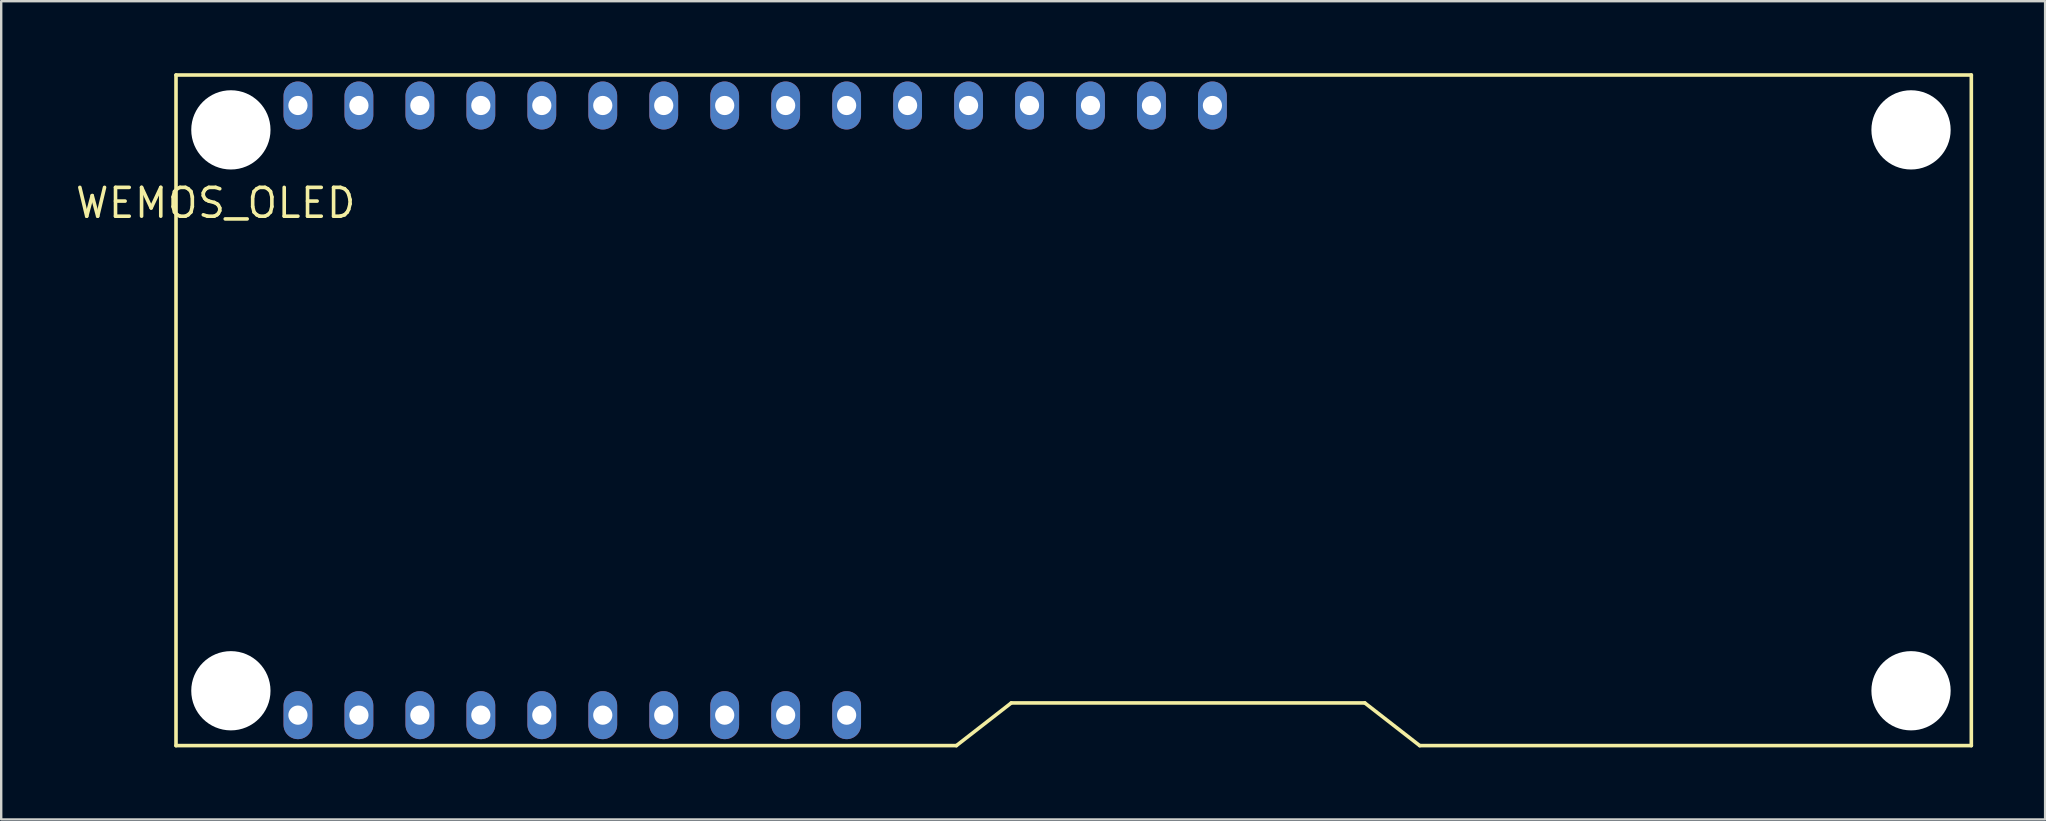
<source format=kicad_pcb>
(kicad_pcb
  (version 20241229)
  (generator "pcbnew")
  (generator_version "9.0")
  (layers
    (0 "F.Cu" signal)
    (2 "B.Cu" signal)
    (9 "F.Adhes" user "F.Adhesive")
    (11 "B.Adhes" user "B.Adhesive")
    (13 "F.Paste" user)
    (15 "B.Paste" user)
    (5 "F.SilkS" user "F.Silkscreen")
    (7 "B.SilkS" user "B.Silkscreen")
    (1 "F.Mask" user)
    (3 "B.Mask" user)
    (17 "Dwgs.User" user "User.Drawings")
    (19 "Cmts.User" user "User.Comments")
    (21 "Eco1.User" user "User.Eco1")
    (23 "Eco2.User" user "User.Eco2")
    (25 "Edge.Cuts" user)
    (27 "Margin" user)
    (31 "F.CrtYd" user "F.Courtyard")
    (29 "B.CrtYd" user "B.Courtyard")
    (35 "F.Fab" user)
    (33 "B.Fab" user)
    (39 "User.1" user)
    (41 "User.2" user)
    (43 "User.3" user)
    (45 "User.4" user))
  (footprint "WEMOS_OLED"
    (layer "F.Cu")
    (at 39.081 14.553)
    (property "Reference" "WEMOS_OLED" (at -33.147 -9.144 0) (layer "F.SilkS") (effects (font (size 1.2 1.2) (thickness 0.15))))
    (attr through_hole)
    (fp_line (start -34.798 -14.478) (end -34.798 13.462) (stroke (width 0.15) (type solid)) (layer "F.SilkS"))
    (fp_line (start -34.798 13.462) (end -2.286 13.462) (stroke (width 0.15) (type solid)) (layer "F.SilkS"))
    (fp_line (start 0 11.684) (end -2.286 13.462) (stroke (width 0.15) (type solid)) (layer "F.SilkS"))
    (fp_line (start 14.732 11.684) (end 0 11.684) (stroke (width 0.15) (type solid)) (layer "F.SilkS"))
    (fp_line (start 17.018 13.462) (end 14.732 11.684) (stroke (width 0.15) (type solid)) (layer "F.SilkS"))
    (fp_line (start 40 -14.478) (end -34.798 -14.478) (stroke (width 0.15) (type solid)) (layer "F.SilkS"))
    (fp_line (start 40 13.462) (end 17.018 13.462) (stroke (width 0.15) (type solid)) (layer "F.SilkS"))
    (fp_line (start 40 13.462) (end 40 -14.478) (stroke (width 0.15) (type solid)) (layer "F.SilkS"))
    (pad "" np_thru_hole circle (at -32.512 -12.192) (size 3.302 3.302) (drill 3.302) (layers "*.Cu" "*.Mask"))
    (pad "" np_thru_hole circle (at -32.512 11.176) (size 3.302 3.302) (drill 3.302) (layers "*.Cu" "*.Mask"))
    (pad "" np_thru_hole circle (at 37.488 -12.192) (size 3.302 3.302) (drill 3.302) (layers "*.Cu" "*.Mask"))
    (pad "" np_thru_hole circle (at 37.488 11.176) (size 3.302 3.302) (drill 3.302) (layers "*.Cu" "*.Mask"))
    (pad "1" thru_hole oval (at -29.718 12.192) (size 1.2 2) (drill 0.8) (layers "*.Cu" "*.Mask"))
    (pad "2" thru_hole oval (at -27.178 12.192) (size 1.2 2) (drill 0.8) (layers "*.Cu" "*.Mask"))
    (pad "3" thru_hole oval (at -24.638 12.192) (size 1.2 2) (drill 0.8) (layers "*.Cu" "*.Mask"))
    (pad "4" thru_hole oval (at -22.098 12.192) (size 1.2 2) (drill 0.8) (layers "*.Cu" "*.Mask"))
    (pad "5" thru_hole oval (at -19.558 12.192) (size 1.2 2) (drill 0.8) (layers "*.Cu" "*.Mask"))
    (pad "6" thru_hole oval (at -17.018 12.192) (size 1.2 2) (drill 0.8) (layers "*.Cu" "*.Mask"))
    (pad "7" thru_hole oval (at -14.478 12.192) (size 1.2 2) (drill 0.8) (layers "*.Cu" "*.Mask"))
    (pad "8" thru_hole oval (at -11.938 12.192) (size 1.2 2) (drill 0.8) (layers "*.Cu" "*.Mask"))
    (pad "9" thru_hole oval (at -9.398 12.192) (size 1.2 2) (drill 0.8) (layers "*.Cu" "*.Mask"))
    (pad "10" thru_hole oval (at -6.858 12.192) (size 1.2 2) (drill 0.8) (layers "*.Cu" "*.Mask"))
    (pad "17" thru_hole oval (at 8.382 -13.208) (size 1.2 2) (drill 0.8) (layers "*.Cu" "*.Mask"))
    (pad "18" thru_hole oval (at 5.842 -13.208) (size 1.2 2) (drill 0.8) (layers "*.Cu" "*.Mask"))
    (pad "19" thru_hole oval (at 3.302 -13.208) (size 1.2 2) (drill 0.8) (layers "*.Cu" "*.Mask"))
    (pad "20" thru_hole oval (at 0.762 -13.208) (size 1.2 2) (drill 0.8) (layers "*.Cu" "*.Mask"))
    (pad "21" thru_hole oval (at -1.778 -13.208) (size 1.2 2) (drill 0.8) (layers "*.Cu" "*.Mask"))
    (pad "22" thru_hole oval (at -4.318 -13.208) (size 1.2 2) (drill 0.8) (layers "*.Cu" "*.Mask"))
    (pad "23" thru_hole oval (at -6.858 -13.208) (size 1.2 2) (drill 0.8) (layers "*.Cu" "*.Mask"))
    (pad "24" thru_hole oval (at -9.398 -13.208) (size 1.2 2) (drill 0.8) (layers "*.Cu" "*.Mask"))
    (pad "25" thru_hole oval (at -11.938 -13.208) (size 1.2 2) (drill 0.8) (layers "*.Cu" "*.Mask"))
    (pad "26" thru_hole oval (at -14.478 -13.208) (size 1.2 2) (drill 0.8) (layers "*.Cu" "*.Mask"))
    (pad "27" thru_hole oval (at -17.018 -13.208) (size 1.2 2) (drill 0.8) (layers "*.Cu" "*.Mask"))
    (pad "28" thru_hole oval (at -19.558 -13.208) (size 1.2 2) (drill 0.8) (layers "*.Cu" "*.Mask"))
    (pad "29" thru_hole oval (at -22.098 -13.208) (size 1.2 2) (drill 0.8) (layers "*.Cu" "*.Mask"))
    (pad "30" thru_hole oval (at -24.638 -13.208) (size 1.2 2) (drill 0.8) (layers "*.Cu" "*.Mask"))
    (pad "31" thru_hole oval (at -27.178 -13.208) (size 1.2 2) (drill 0.8) (layers "*.Cu" "*.Mask"))
    (pad "32" thru_hole oval (at -29.718 -13.208) (size 1.2 2) (drill 0.8) (layers "*.Cu" "*.Mask")))
  (gr_rect
    (start -3 -3)
    (end 82.156 31.09)
    (stroke (width 0.1) (type default))
    (fill no)
    (layer "Edge.Cuts")))
</source>
